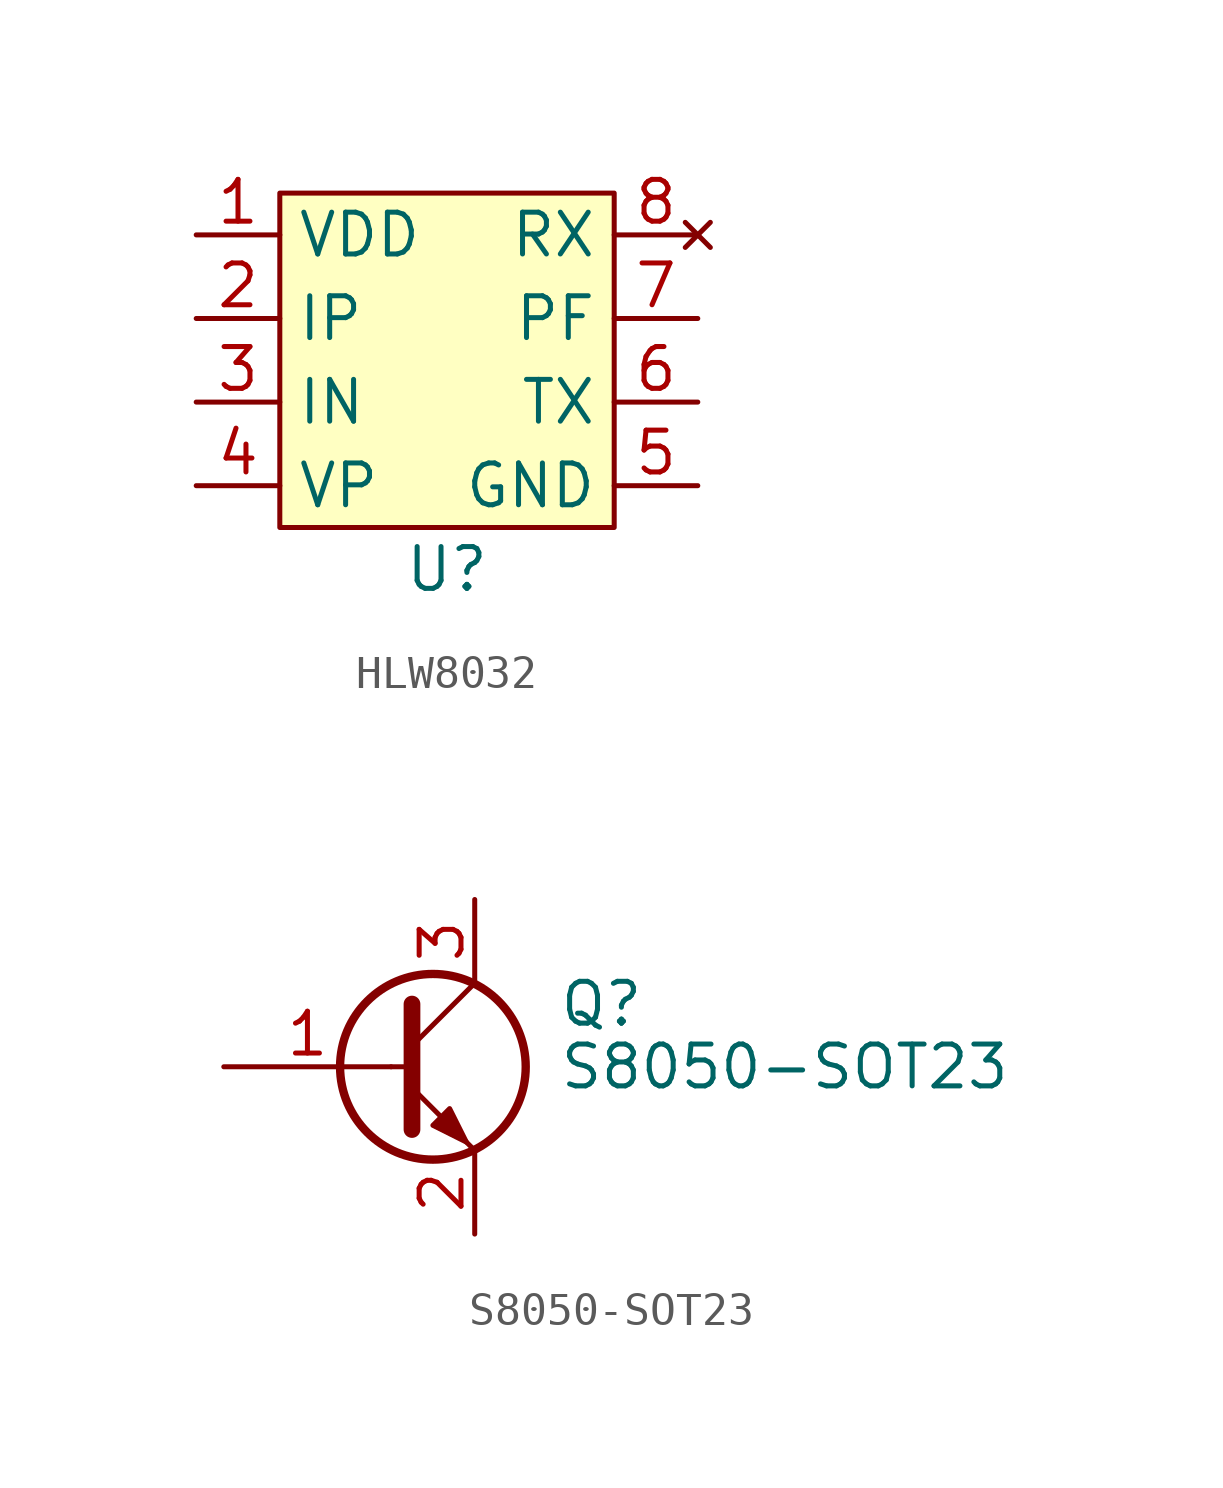
<source format=kicad_sym>
(kicad_symbol_lib
  (version 20231120)
  (generator "kicad_symbol_editor")
  (generator_version "8.0")
  (symbol "HLW8032"
    (property "Reference" "U"
      (at 0 -6.35 0)
      (effects (font (size 1.27 1.27))))
    (property "Value" ""
      (at 0 -6.35 0)
      (effects (font (size 1.27 1.27))))
    (symbol "HLW8032_1_1"
      (rectangle (start -5.08 5.08) (end 5.08 -5.08) (stroke (width 0) (type default)) (fill (type background)))
      (pin power_in line (at -7.62 3.81 0) (length 2.54) (name "VDD" (effects (font (size 1.27 1.27)))) (number "1" (effects (font (size 1.27 1.27)))))
      (pin input line (at -7.62 1.27 0) (length 2.54) (name "IP" (effects (font (size 1.27 1.27)))) (number "2" (effects (font (size 1.27 1.27)))))
      (pin input line (at -7.62 -1.27 0) (length 2.54) (name "IN" (effects (font (size 1.27 1.27)))) (number "3" (effects (font (size 1.27 1.27)))))
      (pin input line (at -7.62 -3.81 0) (length 2.54) (name "VP" (effects (font (size 1.27 1.27)))) (number "4" (effects (font (size 1.27 1.27)))))
      (pin input line (at 7.62 -3.81 180) (length 2.54) (name "GND" (effects (font (size 1.27 1.27)))) (number "5" (effects (font (size 1.27 1.27)))))
      (pin output line (at 7.62 -1.27 180) (length 2.54) (name "TX" (effects (font (size 1.27 1.27)))) (number "6" (effects (font (size 1.27 1.27)))))
      (pin output line (at 7.62 1.27 180) (length 2.54) (name "PF" (effects (font (size 1.27 1.27)))) (number "7" (effects (font (size 1.27 1.27)))))
      (pin no_connect line (at 7.62 3.81 180) (length 2.54) (name "RX" (effects (font (size 1.27 1.27)))) (number "8" (effects (font (size 1.27 1.27)))))))
  (symbol "S8050-SOT23"
    (pin_names
      (offset 0) hide)
    (property "Reference" "Q"
      (at 5.08 1.905 0)
      (effects (font (size 1.27 1.27)) (justify left)))
    (property "Value" "S8050-SOT23"
      (at 5.08 0 0)
      (effects (font (size 1.27 1.27)) (justify left)))
    (symbol "S8050-SOT23_0_1"
      (polyline (pts (xy 0 0) (xy 0.635 0)) (stroke (width 0) (type default)) (fill (type none)))
      (polyline (pts (xy 0.635 0.635) (xy 2.54 2.54)) (stroke (width 0) (type default)) (fill (type none)))
      (polyline (pts (xy 0.635 -0.635) (xy 2.54 -2.54) (xy 2.54 -2.54)) (stroke (width 0) (type default)) (fill (type none)))
      (polyline (pts (xy 0.635 1.905) (xy 0.635 -1.905) (xy 0.635 -1.905)) (stroke (width 0.508) (type default)) (fill (type none)))
      (polyline (pts (xy 1.27 -1.778) (xy 1.778 -1.27) (xy 2.286 -2.286) (xy 1.27 -1.778) (xy 1.27 -1.778)) (stroke (width 0) (type default)) (fill (type outline)))
      (circle (center 1.27 0) (radius 2.819) (stroke (width 0.254) (type default)) (fill (type none))))
    (symbol "S8050-SOT23_1_1"
      (pin input line (at -5.08 0 0) (length 5.08) (name "B" (effects (font (size 1.27 1.27)))) (number "1" (effects (font (size 1.27 1.27)))))
      (pin passive line (at 2.54 -5.08 90) (length 2.54) (name "E" (effects (font (size 1.27 1.27)))) (number "2" (effects (font (size 1.27 1.27)))))
      (pin passive line (at 2.54 5.08 270) (length 2.54) (name "C" (effects (font (size 1.27 1.27)))) (number "3" (effects (font (size 1.27 1.27))))))))
</source>
